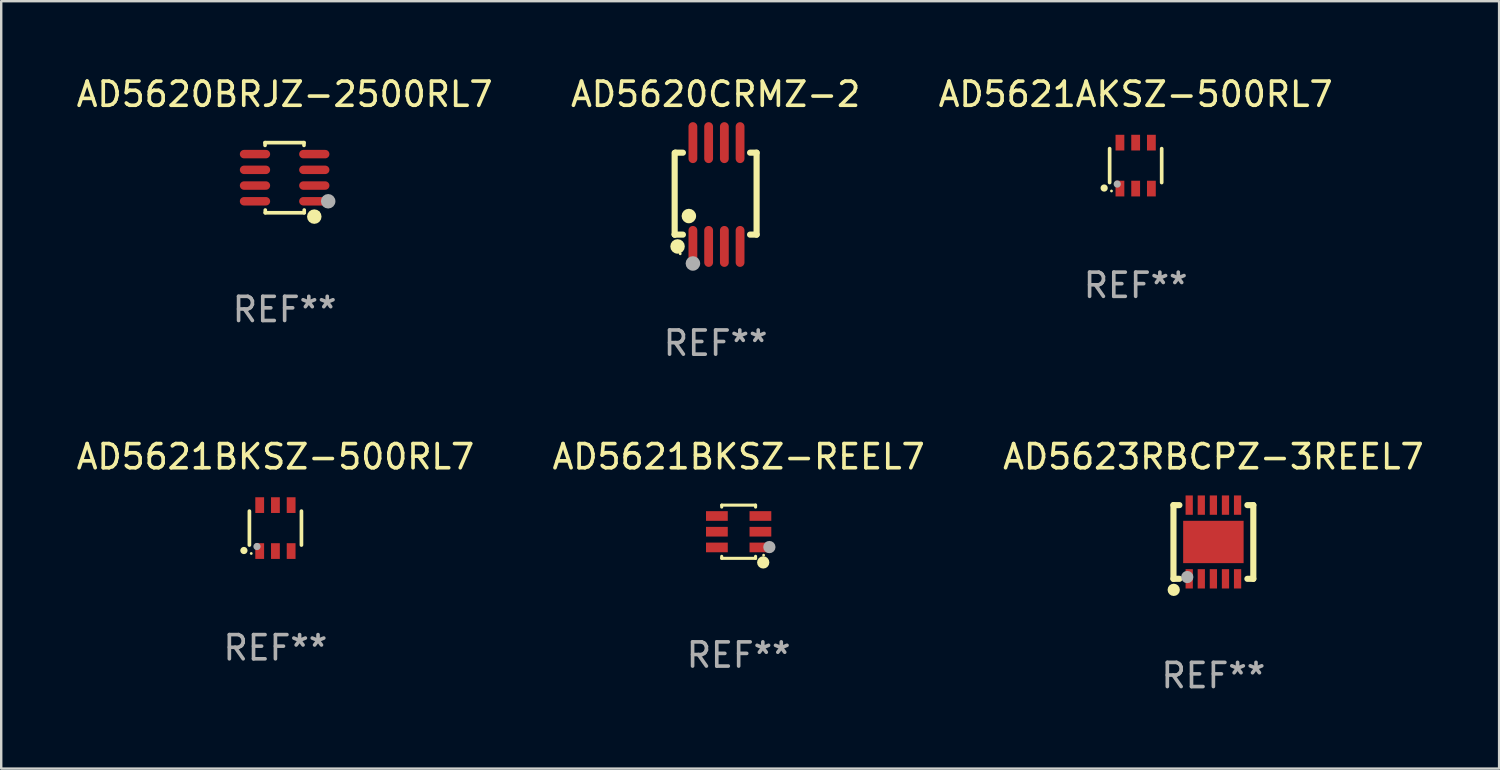
<source format=kicad_pcb>
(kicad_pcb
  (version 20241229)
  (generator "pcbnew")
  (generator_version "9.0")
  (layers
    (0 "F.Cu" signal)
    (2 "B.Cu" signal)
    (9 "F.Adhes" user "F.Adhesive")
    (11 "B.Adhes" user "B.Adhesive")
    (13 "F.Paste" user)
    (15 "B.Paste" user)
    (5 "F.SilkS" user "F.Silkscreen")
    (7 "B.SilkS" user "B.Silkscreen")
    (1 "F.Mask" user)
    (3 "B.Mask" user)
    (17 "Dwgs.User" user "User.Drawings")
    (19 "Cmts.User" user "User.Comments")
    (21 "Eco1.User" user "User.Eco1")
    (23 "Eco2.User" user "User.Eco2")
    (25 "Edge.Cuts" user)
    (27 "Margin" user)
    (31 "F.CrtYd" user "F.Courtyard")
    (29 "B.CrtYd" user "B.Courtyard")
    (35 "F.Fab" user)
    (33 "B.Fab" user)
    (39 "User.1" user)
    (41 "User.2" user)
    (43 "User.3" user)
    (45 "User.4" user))
  (footprint "AD5621AKSZ-500RL7"
    (layer "F.Cu")
    (at 43.911 3.798)
    (property "Reference" "AD5621AKSZ-500RL7" (at 0 -2.95 0) (layer "F.SilkS") (effects (font (size 1 1) (thickness 0.15))))
    (attr through_hole)
    (fp_line (start -1.076 0.701) (end -1.076 -0.701) (stroke (width 0.152) (type solid)) (layer "F.SilkS"))
    (fp_line (start 1.076 0.701) (end 1.076 -0.701) (stroke (width 0.152) (type solid)) (layer "F.SilkS"))
    (fp_circle (center -1.303 0.927) (end -1.228 0.927) (stroke (width 0.15) (type solid)) (fill no) (layer "F.SilkS"))
    (fp_circle (center -1 1.05) (end -0.97 1.05) (stroke (width 0.06) (type solid)) (fill no) (layer "F.SilkS"))
    (fp_circle (center -0.762 0.762) (end -0.687 0.762) (stroke (width 0.15) (type solid)) (fill no) (layer "F.Fab"))
    (fp_text user "REF**" (at 0 4.95 0) (layer "F.Fab") (effects (font (size 1 1) (thickness 0.15))))
    (pad "1" smd rect (at -0.65 0.95) (size 0.364 0.65) (layers "F.Cu" "F.Mask" "F.Paste"))
    (pad "2" smd rect (at 0 0.95) (size 0.364 0.65) (layers "F.Cu" "F.Mask" "F.Paste"))
    (pad "3" smd rect (at 0.65 0.95) (size 0.364 0.65) (layers "F.Cu" "F.Mask" "F.Paste"))
    (pad "4" smd rect (at 0.65 -0.95) (size 0.364 0.65) (layers "F.Cu" "F.Mask" "F.Paste"))
    (pad "5" smd rect (at 0 -0.95) (size 0.364 0.65) (layers "F.Cu" "F.Mask" "F.Paste"))
    (pad "6" smd rect (at -0.65 -0.95) (size 0.364 0.65) (layers "F.Cu" "F.Mask" "F.Paste")))
  (footprint "AD5620CRMZ-2"
    (layer "F.Cu")
    (at 26.542 4.994)
    (property "Reference" "AD5620CRMZ-2" (at 0 -4.146 0) (layer "F.SilkS") (effects (font (size 1 1) (thickness 0.15))))
    (attr through_hole)
    (fp_line (start -1.694 -1.724) (end -1.694 1.652) (stroke (width 0.254) (type solid)) (layer "F.SilkS"))
    (fp_line (start -1.694 1.652) (end -1.688 1.658) (stroke (width 0.254) (type solid)) (layer "F.SilkS"))
    (fp_line (start -1.688 1.658) (end -1.353 1.658) (stroke (width 0.254) (type solid)) (layer "F.SilkS"))
    (fp_line (start -1.661 -1.73) (end -1.681 -1.71) (stroke (width 0.254) (type solid)) (layer "F.SilkS"))
    (fp_line (start -1.353 -1.73) (end -1.661 -1.73) (stroke (width 0.254) (type solid)) (layer "F.SilkS"))
    (fp_line (start 1.424 1.658) (end 1.694 1.658) (stroke (width 0.254) (type solid)) (layer "F.SilkS"))
    (fp_line (start 1.694 -1.73) (end 1.424 -1.73) (stroke (width 0.254) (type solid)) (layer "F.SilkS"))
    (fp_line (start 1.694 1.658) (end 1.694 -1.73) (stroke (width 0.254) (type solid)) (layer "F.SilkS"))
    (fp_circle (center -1.574 2.146) (end -1.424 2.146) (stroke (width 0.3) (type solid)) (fill no) (layer "F.SilkS"))
    (fp_circle (center -1.464 2.45) (end -1.434 2.45) (stroke (width 0.06) (type solid)) (fill no) (layer "F.SilkS"))
    (fp_circle (center -1.107 0.889) (end -0.957 0.889) (stroke (width 0.3) (type solid)) (fill no) (layer "F.SilkS"))
    (fp_circle (center -0.94 2.85) (end -0.789 2.85) (stroke (width 0.3) (type solid)) (fill no) (layer "F.Fab"))
    (fp_text user "REF**" (at 0 6.146 0) (layer "F.Fab") (effects (font (size 1 1) (thickness 0.15))))
    (pad "1" smd oval (at -0.94 2.146) (size 0.364 1.692) (layers "F.Cu" "F.Mask" "F.Paste"))
    (pad "2" smd oval (at -0.289 2.146) (size 0.364 1.692) (layers "F.Cu" "F.Mask" "F.Paste"))
    (pad "3" smd oval (at 0.361 2.146) (size 0.364 1.692) (layers "F.Cu" "F.Mask" "F.Paste"))
    (pad "4" smd oval (at 1.011 2.146) (size 0.364 1.692) (layers "F.Cu" "F.Mask" "F.Paste"))
    (pad "5" smd oval (at 1.011 -2.146) (size 0.364 1.692) (layers "F.Cu" "F.Mask" "F.Paste"))
    (pad "6" smd oval (at 0.361 -2.146) (size 0.364 1.692) (layers "F.Cu" "F.Mask" "F.Paste"))
    (pad "7" smd oval (at -0.289 -2.146) (size 0.364 1.692) (layers "F.Cu" "F.Mask" "F.Paste"))
    (pad "8" smd oval (at -0.94 -2.146) (size 0.364 1.692) (layers "F.Cu" "F.Mask" "F.Paste")))
  (footprint "AD5621BKSZ-500RL7"
    (layer "F.Cu")
    (at 8.339 18.787)
    (property "Reference" "AD5621BKSZ-500RL7" (at 0 -2.95 0) (layer "F.SilkS") (effects (font (size 1 1) (thickness 0.15))))
    (attr through_hole)
    (fp_line (start -1.076 0.701) (end -1.076 -0.701) (stroke (width 0.152) (type solid)) (layer "F.SilkS"))
    (fp_line (start 1.076 0.701) (end 1.076 -0.701) (stroke (width 0.152) (type solid)) (layer "F.SilkS"))
    (fp_circle (center -1.303 0.927) (end -1.228 0.927) (stroke (width 0.15) (type solid)) (fill no) (layer "F.SilkS"))
    (fp_circle (center -1 1.05) (end -0.97 1.05) (stroke (width 0.06) (type solid)) (fill no) (layer "F.SilkS"))
    (fp_circle (center -0.762 0.762) (end -0.687 0.762) (stroke (width 0.15) (type solid)) (fill no) (layer "F.Fab"))
    (fp_text user "REF**" (at 0 4.95 0) (layer "F.Fab") (effects (font (size 1 1) (thickness 0.15))))
    (pad "1" smd rect (at -0.65 0.95) (size 0.364 0.65) (layers "F.Cu" "F.Mask" "F.Paste"))
    (pad "2" smd rect (at 0 0.95) (size 0.364 0.65) (layers "F.Cu" "F.Mask" "F.Paste"))
    (pad "3" smd rect (at 0.65 0.95) (size 0.364 0.65) (layers "F.Cu" "F.Mask" "F.Paste"))
    (pad "4" smd rect (at 0.65 -0.95) (size 0.364 0.65) (layers "F.Cu" "F.Mask" "F.Paste"))
    (pad "5" smd rect (at 0 -0.95) (size 0.364 0.65) (layers "F.Cu" "F.Mask" "F.Paste"))
    (pad "6" smd rect (at -0.65 -0.95) (size 0.364 0.65) (layers "F.Cu" "F.Mask" "F.Paste")))
  (footprint "AD5620BRJZ-2500RL7"
    (layer "F.Cu")
    (at 8.72 4.298)
    (property "Reference" "AD5620BRJZ-2500RL7" (at 0 -3.45 0) (layer "F.SilkS") (effects (font (size 1 1) (thickness 0.15))))
    (attr through_hole)
    (fp_line (start -0.81 -1.45) (end 0.8 -1.45) (stroke (width 0.15) (type solid)) (layer "F.SilkS"))
    (fp_line (start -0.81 -1.336) (end -0.81 -1.45) (stroke (width 0.15) (type solid)) (layer "F.SilkS"))
    (fp_line (start -0.8 1.45) (end -0.8 1.336) (stroke (width 0.15) (type solid)) (layer "F.SilkS"))
    (fp_line (start 0.8 -1.45) (end 0.8 -1.336) (stroke (width 0.15) (type solid)) (layer "F.SilkS"))
    (fp_line (start 0.81 1.336) (end 0.81 1.45) (stroke (width 0.15) (type solid)) (layer "F.SilkS"))
    (fp_line (start 0.81 1.45) (end -0.8 1.45) (stroke (width 0.15) (type solid)) (layer "F.SilkS"))
    (fp_circle (center 1.226 1.609) (end 1.376 1.609) (stroke (width 0.3) (type solid)) (fill no) (layer "F.SilkS"))
    (fp_circle (center 1.4 1.45) (end 1.43 1.45) (stroke (width 0.06) (type solid)) (fill no) (layer "F.SilkS"))
    (fp_circle (center 1.8 0.975) (end 1.95 0.975) (stroke (width 0.3) (type solid)) (fill no) (layer "F.Fab"))
    (fp_text user "REF**" (at 0 5.45 0) (layer "F.Fab") (effects (font (size 1 1) (thickness 0.15))))
    (pad "1" smd oval (at 1.226 0.975) (size 1.252 0.35) (layers "F.Cu" "F.Mask" "F.Paste"))
    (pad "2" smd oval (at 1.226 0.325) (size 1.252 0.35) (layers "F.Cu" "F.Mask" "F.Paste"))
    (pad "3" smd oval (at 1.226 -0.325) (size 1.252 0.35) (layers "F.Cu" "F.Mask" "F.Paste"))
    (pad "4" smd oval (at 1.226 -0.975) (size 1.252 0.35) (layers "F.Cu" "F.Mask" "F.Paste"))
    (pad "5" smd oval (at -1.226 -0.975) (size 1.252 0.35) (layers "F.Cu" "F.Mask" "F.Paste"))
    (pad "6" smd oval (at -1.226 -0.325) (size 1.252 0.35) (layers "F.Cu" "F.Mask" "F.Paste"))
    (pad "7" smd oval (at -1.226 0.325) (size 1.252 0.35) (layers "F.Cu" "F.Mask" "F.Paste"))
    (pad "8" smd oval (at -1.226 0.975) (size 1.252 0.35) (layers "F.Cu" "F.Mask" "F.Paste")))
  (footprint "AD5621BKSZ-REEL7"
    (layer "F.Cu")
    (at 27.494 18.937)
    (property "Reference" "AD5621BKSZ-REEL7" (at 0 -3.1 0) (layer "F.SilkS") (effects (font (size 1 1) (thickness 0.15))))
    (attr through_hole)
    (fp_line (start -0.7 -1.018) (end -0.7 -1.1) (stroke (width 0.127) (type solid)) (layer "F.SilkS"))
    (fp_line (start -0.7 1.1) (end -0.7 1.018) (stroke (width 0.127) (type solid)) (layer "F.SilkS"))
    (fp_line (start 0.7 -1.1) (end -0.7 -1.1) (stroke (width 0.127) (type solid)) (layer "F.SilkS"))
    (fp_line (start 0.7 -1.018) (end 0.7 -1.1) (stroke (width 0.127) (type solid)) (layer "F.SilkS"))
    (fp_line (start 0.7 1.1) (end -0.7 1.1) (stroke (width 0.127) (type solid)) (layer "F.SilkS"))
    (fp_line (start 0.7 1.1) (end 0.7 1.018) (stroke (width 0.127) (type solid)) (layer "F.SilkS"))
    (fp_circle (center 1.016 1.27) (end 1.143 1.27) (stroke (width 0.254) (type solid)) (fill no) (layer "F.SilkS"))
    (fp_circle (center 1.032 0.97) (end 1.062 0.97) (stroke (width 0.06) (type solid)) (fill no) (layer "F.SilkS"))
    (fp_circle (center 1.27 0.635) (end 1.397 0.635) (stroke (width 0.254) (type solid)) (fill no) (layer "F.Fab"))
    (fp_text user "REF**" (at 0 5.1 0) (layer "F.Fab") (effects (font (size 1 1) (thickness 0.15))))
    (pad "1" smd rect (at 0.9 0.65 90) (size 0.4 0.9) (layers "F.Cu" "F.Mask" "F.Paste"))
    (pad "2" smd rect (at 0.9 -0.000102 90) (size 0.4 0.9) (layers "F.Cu" "F.Mask" "F.Paste"))
    (pad "3" smd rect (at 0.9 -0.65 90) (size 0.4 0.9) (layers "F.Cu" "F.Mask" "F.Paste"))
    (pad "4" smd rect (at -0.9 -0.65 90) (size 0.4 0.9) (layers "F.Cu" "F.Mask" "F.Paste"))
    (pad "5" smd rect (at -0.9 -0.000102 90) (size 0.4 0.9) (layers "F.Cu" "F.Mask" "F.Paste"))
    (pad "6" smd rect (at -0.9 0.65 90) (size 0.4 0.9) (layers "F.Cu" "F.Mask" "F.Paste")))
  (footprint "AD5623RBCPZ-3REEL7"
    (layer "F.Cu")
    (at 47.125 19.361)
    (property "Reference" "AD5623RBCPZ-3REEL7" (at 0 -3.524 0) (layer "F.SilkS") (effects (font (size 1 1) (thickness 0.15))))
    (attr through_hole)
    (fp_line (start -1.651 -1.524) (end -1.651 1.524) (stroke (width 0.254) (type solid)) (layer "F.SilkS"))
    (fp_line (start -1.651 1.524) (end -1.406 1.524) (stroke (width 0.254) (type solid)) (layer "F.SilkS"))
    (fp_line (start -1.406 -1.524) (end -1.651 -1.524) (stroke (width 0.254) (type solid)) (layer "F.SilkS"))
    (fp_line (start 1.406 1.524) (end 1.651 1.524) (stroke (width 0.254) (type solid)) (layer "F.SilkS"))
    (fp_line (start 1.651 -1.524) (end 1.406 -1.524) (stroke (width 0.254) (type solid)) (layer "F.SilkS"))
    (fp_line (start 1.651 1.524) (end 1.651 -1.524) (stroke (width 0.254) (type solid)) (layer "F.SilkS"))
    (fp_circle (center -1.64 1.98) (end -1.513 1.98) (stroke (width 0.254) (type solid)) (fill no) (layer "F.SilkS"))
    (fp_circle (center -1.5 1.5) (end -1.47 1.5) (stroke (width 0.06) (type solid)) (fill no) (layer "F.SilkS"))
    (fp_circle (center -1.08 1.45) (end -0.953 1.45) (stroke (width 0.254) (type solid)) (fill no) (layer "F.Fab"))
    (fp_text user "REF**" (at 0 5.524 0) (layer "F.Fab") (effects (font (size 1 1) (thickness 0.15))))
    (pad "1" smd rect (at -1 1.524) (size 0.3 0.8) (layers "F.Cu" "F.Mask" "F.Paste"))
    (pad "2" smd rect (at -0.5 1.524) (size 0.3 0.8) (layers "F.Cu" "F.Mask" "F.Paste"))
    (pad "3" smd rect (at 0 1.524) (size 0.3 0.8) (layers "F.Cu" "F.Mask" "F.Paste"))
    (pad "4" smd rect (at 0.5 1.524) (size 0.3 0.8) (layers "F.Cu" "F.Mask" "F.Paste"))
    (pad "5" smd rect (at 1 1.524) (size 0.3 0.8) (layers "F.Cu" "F.Mask" "F.Paste"))
    (pad "6" smd rect (at 1 -1.524) (size 0.3 0.8) (layers "F.Cu" "F.Mask" "F.Paste"))
    (pad "7" smd rect (at 0.5 -1.524) (size 0.3 0.8) (layers "F.Cu" "F.Mask" "F.Paste"))
    (pad "8" smd rect (at 0 -1.524) (size 0.3 0.8) (layers "F.Cu" "F.Mask" "F.Paste"))
    (pad "9" smd rect (at -0.5 -1.524) (size 0.3 0.8) (layers "F.Cu" "F.Mask" "F.Paste"))
    (pad "10" smd rect (at -1 -1.524) (size 0.3 0.8) (layers "F.Cu" "F.Mask" "F.Paste"))
    (pad "11" smd rect (at 0 0) (size 2.5 1.75) (layers "F.Cu" "F.Mask" "F.Paste")))
  (gr_rect
    (start -3 -3)
    (end 58.94 28.733)
    (stroke (width 0.1) (type default))
    (fill no)
    (layer "Edge.Cuts")))
</source>
